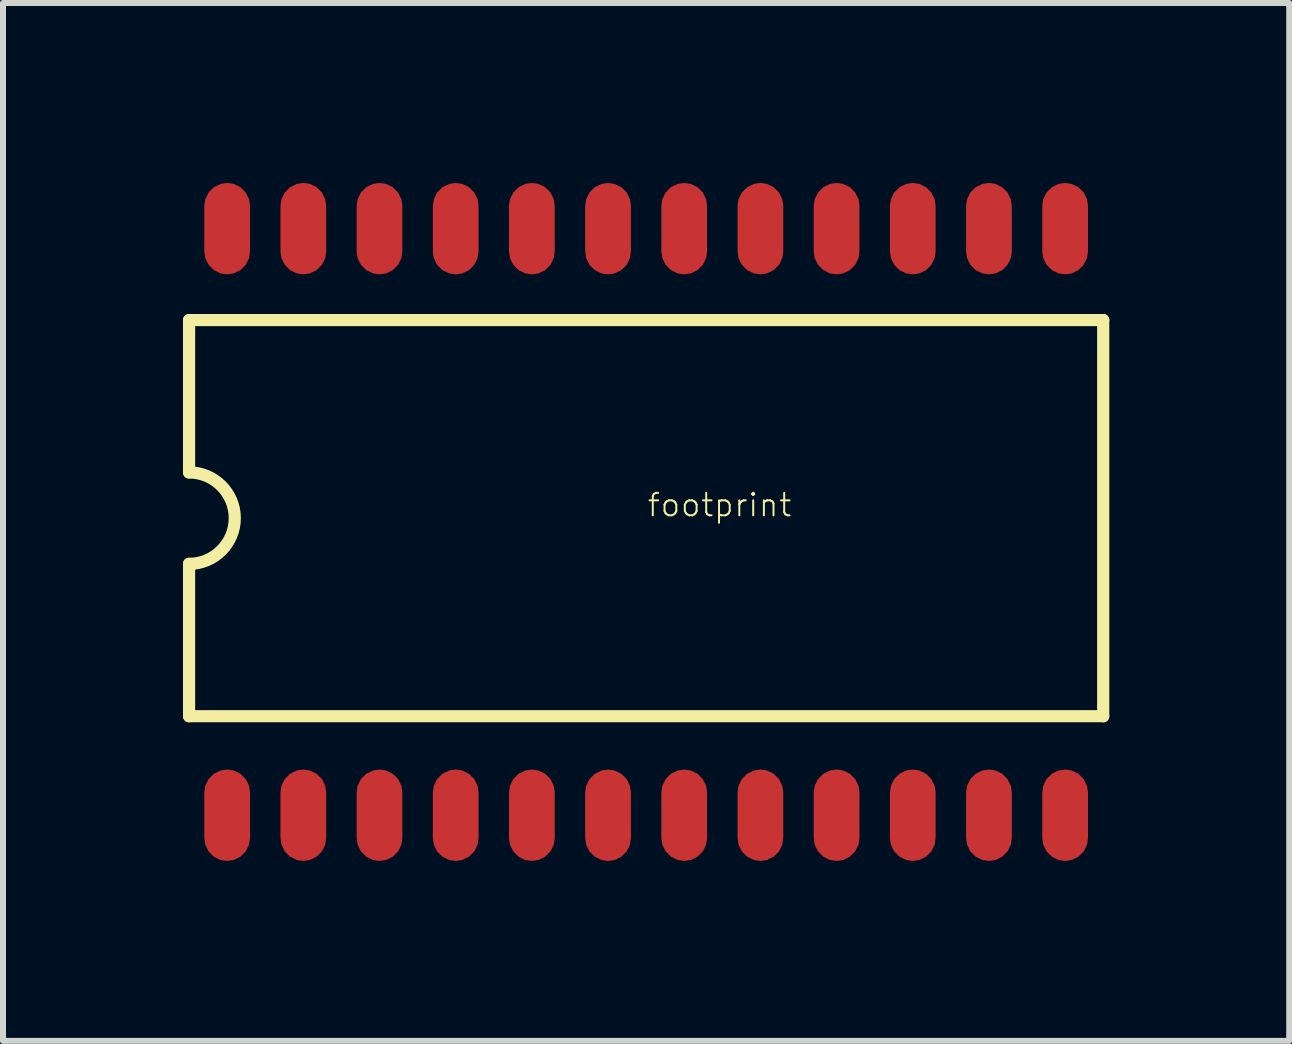
<source format=kicad_pcb>
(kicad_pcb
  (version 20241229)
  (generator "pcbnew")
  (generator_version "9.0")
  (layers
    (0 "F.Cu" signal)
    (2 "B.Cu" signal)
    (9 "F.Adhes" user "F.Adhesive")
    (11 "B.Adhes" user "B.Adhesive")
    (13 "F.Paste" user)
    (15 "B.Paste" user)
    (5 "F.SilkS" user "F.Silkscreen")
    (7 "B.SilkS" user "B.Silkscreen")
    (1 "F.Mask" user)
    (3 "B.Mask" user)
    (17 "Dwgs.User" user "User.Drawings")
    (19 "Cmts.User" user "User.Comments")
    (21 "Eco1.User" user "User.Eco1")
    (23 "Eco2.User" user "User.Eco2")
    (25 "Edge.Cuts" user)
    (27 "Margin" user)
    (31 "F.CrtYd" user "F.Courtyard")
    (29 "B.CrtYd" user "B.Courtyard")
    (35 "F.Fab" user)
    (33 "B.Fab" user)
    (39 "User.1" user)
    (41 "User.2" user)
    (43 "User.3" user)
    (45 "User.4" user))
  (footprint "footprint"
    (layer "F.Cu")
    (at 7.722 5.588)
    (property "Reference" "footprint" (at 0 0 0) (layer "F.SilkS") (effects (font (size 0.374 0.374) (thickness 0.033)) (justify left bottom)))
    (fp_line (start -7.62 -0.762) (end -7.62 -3.302) (stroke (width 0.203) (type solid)) (layer "F.SilkS"))
    (fp_line (start -7.62 0.762) (end -7.62 3.302) (stroke (width 0.203) (type solid)) (layer "F.SilkS"))
    (fp_line (start -7.62 3.302) (end 7.62 3.302) (stroke (width 0.203) (type solid)) (layer "F.SilkS"))
    (fp_line (start 7.62 -3.302) (end -7.62 -3.302) (stroke (width 0.203) (type solid)) (layer "F.SilkS"))
    (fp_line (start 7.62 3.302) (end 7.62 -3.302) (stroke (width 0.203) (type solid)) (layer "F.SilkS"))
    (fp_arc (start -7.62 -0.762) (mid -6.858 0) (end -7.62 0.762) (stroke (width 0.2032) (type solid)) (layer "F.SilkS"))
    (pad "1" smd roundrect (at -6.985 4.953) (size 0.762 1.524) (layers "F.Cu" "F.Mask" "F.Paste") (roundrect_rratio 0.5))
    (pad "2" smd roundrect (at -5.715 4.953) (size 0.762 1.524) (layers "F.Cu" "F.Mask" "F.Paste") (roundrect_rratio 0.5))
    (pad "3" smd roundrect (at -4.445 4.953) (size 0.762 1.524) (layers "F.Cu" "F.Mask" "F.Paste") (roundrect_rratio 0.5))
    (pad "4" smd roundrect (at -3.175 4.953) (size 0.762 1.524) (layers "F.Cu" "F.Mask" "F.Paste") (roundrect_rratio 0.5))
    (pad "5" smd roundrect (at -1.905 4.953) (size 0.762 1.524) (layers "F.Cu" "F.Mask" "F.Paste") (roundrect_rratio 0.5))
    (pad "6" smd roundrect (at -0.635 4.953) (size 0.762 1.524) (layers "F.Cu" "F.Mask" "F.Paste") (roundrect_rratio 0.5))
    (pad "7" smd roundrect (at 0.635 4.953) (size 0.762 1.524) (layers "F.Cu" "F.Mask" "F.Paste") (roundrect_rratio 0.5))
    (pad "8" smd roundrect (at 1.905 4.953) (size 0.762 1.524) (layers "F.Cu" "F.Mask" "F.Paste") (roundrect_rratio 0.5))
    (pad "9" smd roundrect (at 3.175 4.953) (size 0.762 1.524) (layers "F.Cu" "F.Mask" "F.Paste") (roundrect_rratio 0.5))
    (pad "10" smd roundrect (at 4.445 4.953) (size 0.762 1.524) (layers "F.Cu" "F.Mask" "F.Paste") (roundrect_rratio 0.5))
    (pad "11" smd roundrect (at 5.715 4.953) (size 0.762 1.524) (layers "F.Cu" "F.Mask" "F.Paste") (roundrect_rratio 0.5))
    (pad "12" smd roundrect (at 6.985 4.953) (size 0.762 1.524) (layers "F.Cu" "F.Mask" "F.Paste") (roundrect_rratio 0.5))
    (pad "13" smd roundrect (at 6.985 -4.826) (size 0.762 1.524) (layers "F.Cu" "F.Mask" "F.Paste") (roundrect_rratio 0.5))
    (pad "14" smd roundrect (at 5.715 -4.826) (size 0.762 1.524) (layers "F.Cu" "F.Mask" "F.Paste") (roundrect_rratio 0.5))
    (pad "15" smd roundrect (at 4.445 -4.826) (size 0.762 1.524) (layers "F.Cu" "F.Mask" "F.Paste") (roundrect_rratio 0.5))
    (pad "16" smd roundrect (at 3.175 -4.826) (size 0.762 1.524) (layers "F.Cu" "F.Mask" "F.Paste") (roundrect_rratio 0.5))
    (pad "17" smd roundrect (at 1.905 -4.826) (size 0.762 1.524) (layers "F.Cu" "F.Mask" "F.Paste") (roundrect_rratio 0.5))
    (pad "18" smd roundrect (at 0.635 -4.826) (size 0.762 1.524) (layers "F.Cu" "F.Mask" "F.Paste") (roundrect_rratio 0.5))
    (pad "19" smd roundrect (at -0.635 -4.826) (size 0.762 1.524) (layers "F.Cu" "F.Mask" "F.Paste") (roundrect_rratio 0.5))
    (pad "20" smd roundrect (at -1.905 -4.826) (size 0.762 1.524) (layers "F.Cu" "F.Mask" "F.Paste") (roundrect_rratio 0.5))
    (pad "21" smd roundrect (at -3.175 -4.826) (size 0.762 1.524) (layers "F.Cu" "F.Mask" "F.Paste") (roundrect_rratio 0.5))
    (pad "22" smd roundrect (at -4.445 -4.826) (size 0.762 1.524) (layers "F.Cu" "F.Mask" "F.Paste") (roundrect_rratio 0.5))
    (pad "23" smd roundrect (at -5.715 -4.826) (size 0.762 1.524) (layers "F.Cu" "F.Mask" "F.Paste") (roundrect_rratio 0.5))
    (pad "24" smd roundrect (at -6.985 -4.826) (size 0.762 1.524) (layers "F.Cu" "F.Mask" "F.Paste") (roundrect_rratio 0.5)))
  (gr_rect
    (start -3 -3)
    (end 18.443 14.303)
    (stroke (width 0.1) (type default))
    (fill no)
    (layer "Edge.Cuts")))
</source>
